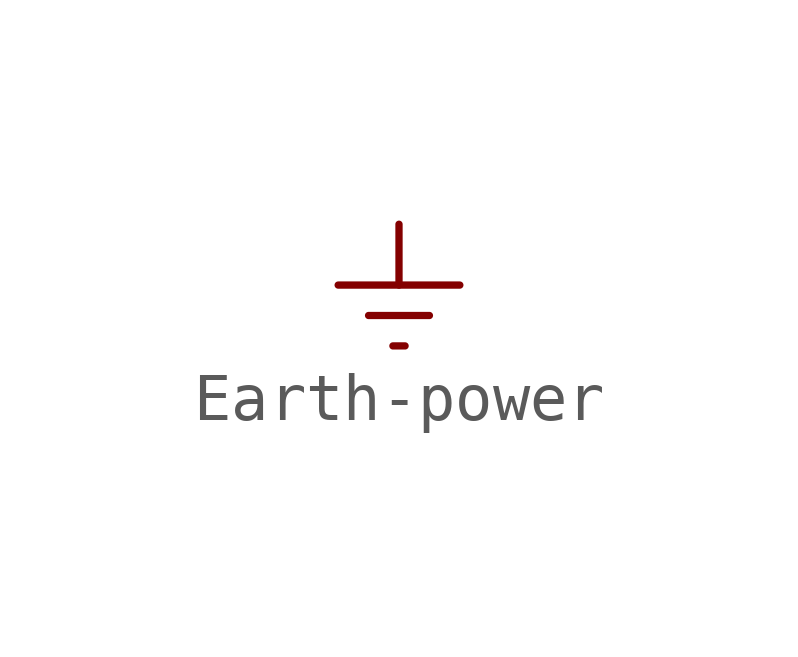
<source format=kicad_sym>
(kicad_symbol_lib
  (version 20220914)
  (generator kicad_symbol_editor)
  (symbol "Earth-power"
    (power)
    (pin_names
      (offset 0))
    (property "Reference" "#PWR"
      (at 0 -6.35 0)
      (effects (font (size 1.27 1.27)) hide))
    (symbol "Earth-power_0_1"
      (polyline (pts (xy -0.635 -1.905) (xy 0.635 -1.905)) (stroke (width 0) (type solid)) (fill (type none)))
      (polyline (pts (xy -0.127 -2.54) (xy 0.127 -2.54)) (stroke (width 0) (type solid)) (fill (type none)))
      (polyline (pts (xy 0 -1.27) (xy 0 0)) (stroke (width 0) (type solid)) (fill (type none)))
      (polyline (pts (xy 1.27 -1.27) (xy -1.27 -1.27)) (stroke (width 0) (type solid)) (fill (type none))))
    (symbol "Earth-power_1_1"
      (pin power_in line (at 0 0 270) (length 0) hide (name "Earth" (effects (font (size 1.27 1.27)))) (number "1" (effects (font (size 1.27 1.27))))))))
</source>
